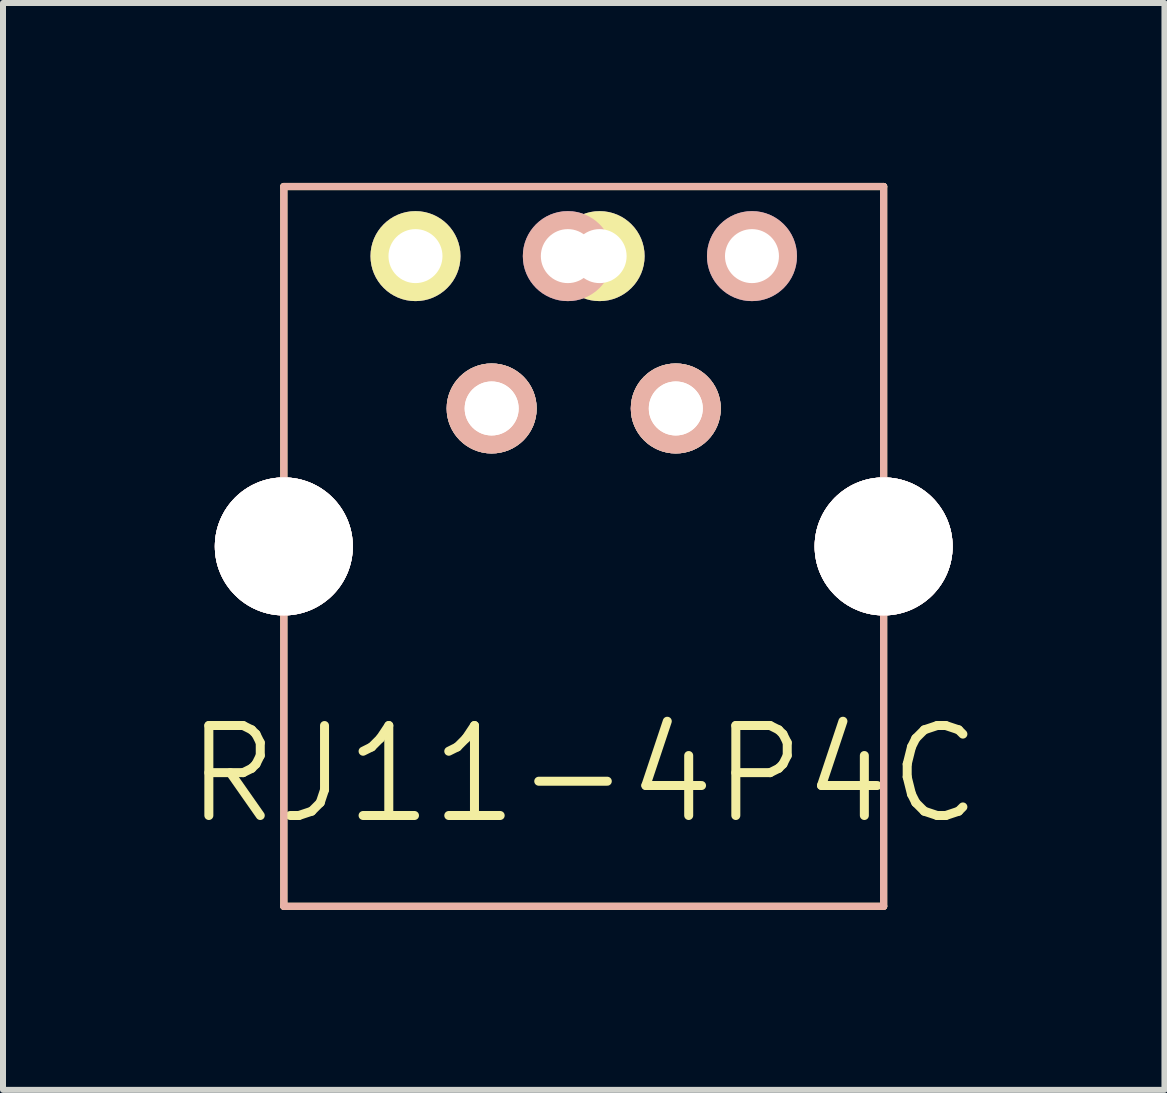
<source format=kicad_pcb>
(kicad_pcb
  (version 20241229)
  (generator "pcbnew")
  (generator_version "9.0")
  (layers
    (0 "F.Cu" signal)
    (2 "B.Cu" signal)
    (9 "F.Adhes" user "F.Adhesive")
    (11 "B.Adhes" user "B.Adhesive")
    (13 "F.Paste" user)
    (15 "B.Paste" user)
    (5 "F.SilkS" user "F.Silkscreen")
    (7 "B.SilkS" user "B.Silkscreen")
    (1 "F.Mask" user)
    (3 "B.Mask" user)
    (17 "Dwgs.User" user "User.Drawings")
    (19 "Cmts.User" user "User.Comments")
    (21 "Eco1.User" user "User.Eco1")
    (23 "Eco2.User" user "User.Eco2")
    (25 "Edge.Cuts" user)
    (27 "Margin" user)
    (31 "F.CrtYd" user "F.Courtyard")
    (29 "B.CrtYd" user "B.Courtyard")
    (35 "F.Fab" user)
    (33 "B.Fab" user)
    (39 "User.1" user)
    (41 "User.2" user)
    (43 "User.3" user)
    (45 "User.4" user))
  (footprint "RJ11-4P4C"
    (layer "F.Cu")
    (at 6.682 6.06)
    (property "Reference" "RJ11-4P4C" (at 0 3.8 0) (layer "F.SilkS") (effects (font (size 1.5 1.5) (thickness 0.15))))
    (attr through_hole)
    (fp_line (start -5 0) (end -5 -6) (stroke (width 0.12) (type solid)) (layer "F.SilkS"))
    (fp_line (start -5 0) (end -5 6) (stroke (width 0.12) (type solid)) (layer "F.SilkS"))
    (fp_line (start 5 -6) (end -5 -6) (stroke (width 0.12) (type solid)) (layer "F.SilkS"))
    (fp_line (start 5 0) (end 5 -6) (stroke (width 0.12) (type solid)) (layer "F.SilkS"))
    (fp_line (start 5 0) (end 5 6) (stroke (width 0.12) (type solid)) (layer "F.SilkS"))
    (fp_line (start 5 6) (end -5 6) (stroke (width 0.12) (type solid)) (layer "F.SilkS"))
    (fp_line (start -5 -6) (end 5 -6) (stroke (width 0.12) (type solid)) (layer "B.SilkS"))
    (fp_line (start -5 0) (end -5 -6) (stroke (width 0.12) (type solid)) (layer "B.SilkS"))
    (fp_line (start -5 0) (end -5 6) (stroke (width 0.12) (type solid)) (layer "B.SilkS"))
    (fp_line (start -5 6) (end 5 6) (stroke (width 0.12) (type solid)) (layer "B.SilkS"))
    (fp_line (start 5 0) (end 5 -6) (stroke (width 0.12) (type solid)) (layer "B.SilkS"))
    (fp_line (start 5 0) (end 5 6) (stroke (width 0.12) (type solid)) (layer "B.SilkS"))
    (pad "1" thru_hole circle (at -1.535 -2.3) (size 1.5 1.5) (drill 0.9) (layers "*.Cu" "*.Mask" "B.SilkS"))
    (pad "1" thru_hole circle (at 1.535 -2.3) (size 1.5 1.5) (drill 0.9) (layers "*.Cu" "*.Mask" "F.SilkS"))
    (pad "2" thru_hole circle (at -0.265 -4.84) (size 1.5 1.5) (drill 0.9) (layers "*.Cu" "*.Mask" "B.SilkS"))
    (pad "2" thru_hole circle (at 0.265 -4.84) (size 1.5 1.5) (drill 0.9) (layers "*.Cu" "*.Mask" "F.SilkS"))
    (pad "3" thru_hole circle (at -1.535 -2.3) (size 1.5 1.5) (drill 0.9) (layers "*.Cu" "*.Mask" "F.SilkS"))
    (pad "3" thru_hole circle (at 1.535 -2.3) (size 1.5 1.5) (drill 0.9) (layers "*.Cu" "*.Mask" "B.SilkS"))
    (pad "4" thru_hole circle (at -2.805 -4.84) (size 1.5 1.5) (drill 0.9) (layers "*.Cu" "*.Mask" "F.SilkS"))
    (pad "4" thru_hole circle (at 2.805 -4.84) (size 1.5 1.5) (drill 0.9) (layers "*.Cu" "*.Mask" "B.SilkS"))
    (pad "7" thru_hole circle (at -5 0) (size 2.3 2.3) (drill 2.3) (layers "*.Cu" "*.Mask" "F.SilkS"))
    (pad "7" thru_hole circle (at 5 0) (size 2.3 2.3) (drill 2.3) (layers "*.Cu" "*.Mask" "B.SilkS"))
    (pad "8" thru_hole circle (at -5 0) (size 2.3 2.3) (drill 2.3) (layers "*.Cu" "*.Mask" "B.SilkS"))
    (pad "8" thru_hole circle (at 5 0) (size 2.3 2.3) (drill 2.3) (layers "*.Cu" "*.Mask" "F.SilkS")))
  (gr_rect
    (start -3 -3)
    (end 16.364 15.12)
    (stroke (width 0.1) (type default))
    (fill no)
    (layer "Edge.Cuts")))
</source>
